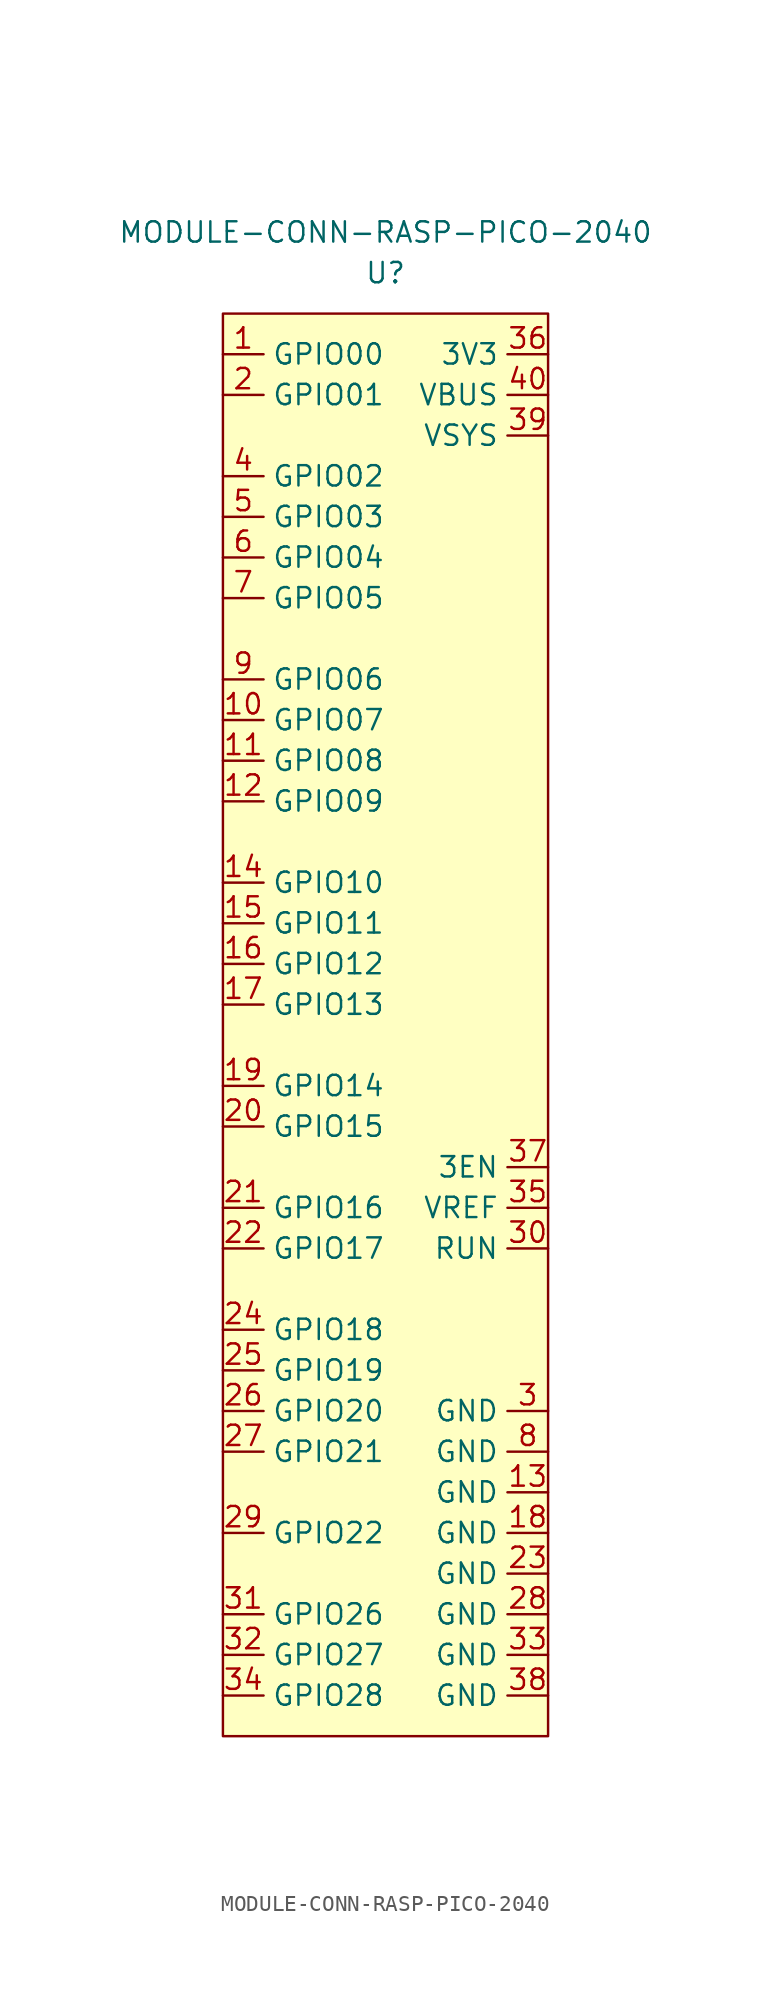
<source format=kicad_sym>
(kicad_symbol_lib
  (version 20211014)
  (generator kicad_symbol_editor)
  (symbol "MODULE-CONN-RASP-PICO-2040"
    (property "Reference" "U"
      (at 10.16 5.08 0)
      (effects (font (size 1.27 1.27))))
    (property "Value" "MODULE-CONN-RASP-PICO-2040"
      (at 10.16 7.62 0)
      (effects (font (size 1.27 1.27))))
    (symbol "MODULE-CONN-RASP-PICO-2040_0_1"
      (rectangle (start 0 2.54) (end 20.32 -86.36) (stroke (width 0) (type default) (color 0 0 0 0)) (fill (type background))))
    (symbol "MODULE-CONN-RASP-PICO-2040_1_1"
      (pin input line (at 0 0 0) (length 2.54) (name "GPIO00" (effects (font (size 1.27 1.27)))) (number "1" (effects (font (size 1.27 1.27)))))
      (pin input line (at 0 -22.86 0) (length 2.54) (name "GPIO07" (effects (font (size 1.27 1.27)))) (number "10" (effects (font (size 1.27 1.27)))))
      (pin input line (at 0 -25.4 0) (length 2.54) (name "GPIO08" (effects (font (size 1.27 1.27)))) (number "11" (effects (font (size 1.27 1.27)))))
      (pin input line (at 0 -27.94 0) (length 2.54) (name "GPIO09" (effects (font (size 1.27 1.27)))) (number "12" (effects (font (size 1.27 1.27)))))
      (pin input line (at 20.32 -71.12 180) (length 2.54) (name "GND" (effects (font (size 1.27 1.27)))) (number "13" (effects (font (size 1.27 1.27)))))
      (pin input line (at 0 -33.02 0) (length 2.54) (name "GPIO10" (effects (font (size 1.27 1.27)))) (number "14" (effects (font (size 1.27 1.27)))))
      (pin input line (at 0 -35.56 0) (length 2.54) (name "GPIO11" (effects (font (size 1.27 1.27)))) (number "15" (effects (font (size 1.27 1.27)))))
      (pin input line (at 0 -38.1 0) (length 2.54) (name "GPIO12" (effects (font (size 1.27 1.27)))) (number "16" (effects (font (size 1.27 1.27)))))
      (pin input line (at 0 -40.64 0) (length 2.54) (name "GPIO13" (effects (font (size 1.27 1.27)))) (number "17" (effects (font (size 1.27 1.27)))))
      (pin input line (at 20.32 -73.66 180) (length 2.54) (name "GND" (effects (font (size 1.27 1.27)))) (number "18" (effects (font (size 1.27 1.27)))))
      (pin input line (at 0 -45.72 0) (length 2.54) (name "GPIO14" (effects (font (size 1.27 1.27)))) (number "19" (effects (font (size 1.27 1.27)))))
      (pin input line (at 0 -2.54 0) (length 2.54) (name "GPIO01" (effects (font (size 1.27 1.27)))) (number "2" (effects (font (size 1.27 1.27)))))
      (pin input line (at 0 -48.26 0) (length 2.54) (name "GPIO15" (effects (font (size 1.27 1.27)))) (number "20" (effects (font (size 1.27 1.27)))))
      (pin input line (at 0 -53.34 0) (length 2.54) (name "GPIO16" (effects (font (size 1.27 1.27)))) (number "21" (effects (font (size 1.27 1.27)))))
      (pin input line (at 0 -55.88 0) (length 2.54) (name "GPIO17" (effects (font (size 1.27 1.27)))) (number "22" (effects (font (size 1.27 1.27)))))
      (pin input line (at 20.32 -76.2 180) (length 2.54) (name "GND" (effects (font (size 1.27 1.27)))) (number "23" (effects (font (size 1.27 1.27)))))
      (pin input line (at 0 -60.96 0) (length 2.54) (name "GPIO18" (effects (font (size 1.27 1.27)))) (number "24" (effects (font (size 1.27 1.27)))))
      (pin input line (at 0 -63.5 0) (length 2.54) (name "GPIO19" (effects (font (size 1.27 1.27)))) (number "25" (effects (font (size 1.27 1.27)))))
      (pin input line (at 0 -66.04 0) (length 2.54) (name "GPIO20" (effects (font (size 1.27 1.27)))) (number "26" (effects (font (size 1.27 1.27)))))
      (pin input line (at 0 -68.58 0) (length 2.54) (name "GPIO21" (effects (font (size 1.27 1.27)))) (number "27" (effects (font (size 1.27 1.27)))))
      (pin input line (at 20.32 -78.74 180) (length 2.54) (name "GND" (effects (font (size 1.27 1.27)))) (number "28" (effects (font (size 1.27 1.27)))))
      (pin input line (at 0 -73.66 0) (length 2.54) (name "GPIO22" (effects (font (size 1.27 1.27)))) (number "29" (effects (font (size 1.27 1.27)))))
      (pin input line (at 20.32 -66.04 180) (length 2.54) (name "GND" (effects (font (size 1.27 1.27)))) (number "3" (effects (font (size 1.27 1.27)))))
      (pin input line (at 20.32 -55.88 180) (length 2.54) (name "RUN" (effects (font (size 1.27 1.27)))) (number "30" (effects (font (size 1.27 1.27)))))
      (pin input line (at 0 -78.74 0) (length 2.54) (name "GPIO26" (effects (font (size 1.27 1.27)))) (number "31" (effects (font (size 1.27 1.27)))))
      (pin input line (at 0 -81.28 0) (length 2.54) (name "GPIO27" (effects (font (size 1.27 1.27)))) (number "32" (effects (font (size 1.27 1.27)))))
      (pin input line (at 20.32 -81.28 180) (length 2.54) (name "GND" (effects (font (size 1.27 1.27)))) (number "33" (effects (font (size 1.27 1.27)))))
      (pin input line (at 0 -83.82 0) (length 2.54) (name "GPIO28" (effects (font (size 1.27 1.27)))) (number "34" (effects (font (size 1.27 1.27)))))
      (pin input line (at 20.32 -53.34 180) (length 2.54) (name "VREF" (effects (font (size 1.27 1.27)))) (number "35" (effects (font (size 1.27 1.27)))))
      (pin input line (at 20.32 0 180) (length 2.54) (name "3V3" (effects (font (size 1.27 1.27)))) (number "36" (effects (font (size 1.27 1.27)))))
      (pin input line (at 20.32 -50.8 180) (length 2.54) (name "3EN" (effects (font (size 1.27 1.27)))) (number "37" (effects (font (size 1.27 1.27)))))
      (pin input line (at 20.32 -83.82 180) (length 2.54) (name "GND" (effects (font (size 1.27 1.27)))) (number "38" (effects (font (size 1.27 1.27)))))
      (pin input line (at 20.32 -5.08 180) (length 2.54) (name "VSYS" (effects (font (size 1.27 1.27)))) (number "39" (effects (font (size 1.27 1.27)))))
      (pin input line (at 0 -7.62 0) (length 2.54) (name "GPIO02" (effects (font (size 1.27 1.27)))) (number "4" (effects (font (size 1.27 1.27)))))
      (pin input line (at 20.32 -2.54 180) (length 2.54) (name "VBUS" (effects (font (size 1.27 1.27)))) (number "40" (effects (font (size 1.27 1.27)))))
      (pin input line (at 0 -10.16 0) (length 2.54) (name "GPIO03" (effects (font (size 1.27 1.27)))) (number "5" (effects (font (size 1.27 1.27)))))
      (pin input line (at 0 -12.7 0) (length 2.54) (name "GPIO04" (effects (font (size 1.27 1.27)))) (number "6" (effects (font (size 1.27 1.27)))))
      (pin input line (at 0 -15.24 0) (length 2.54) (name "GPIO05" (effects (font (size 1.27 1.27)))) (number "7" (effects (font (size 1.27 1.27)))))
      (pin input line (at 20.32 -68.58 180) (length 2.54) (name "GND" (effects (font (size 1.27 1.27)))) (number "8" (effects (font (size 1.27 1.27)))))
      (pin input line (at 0 -20.32 0) (length 2.54) (name "GPIO06" (effects (font (size 1.27 1.27)))) (number "9" (effects (font (size 1.27 1.27))))))))
</source>
